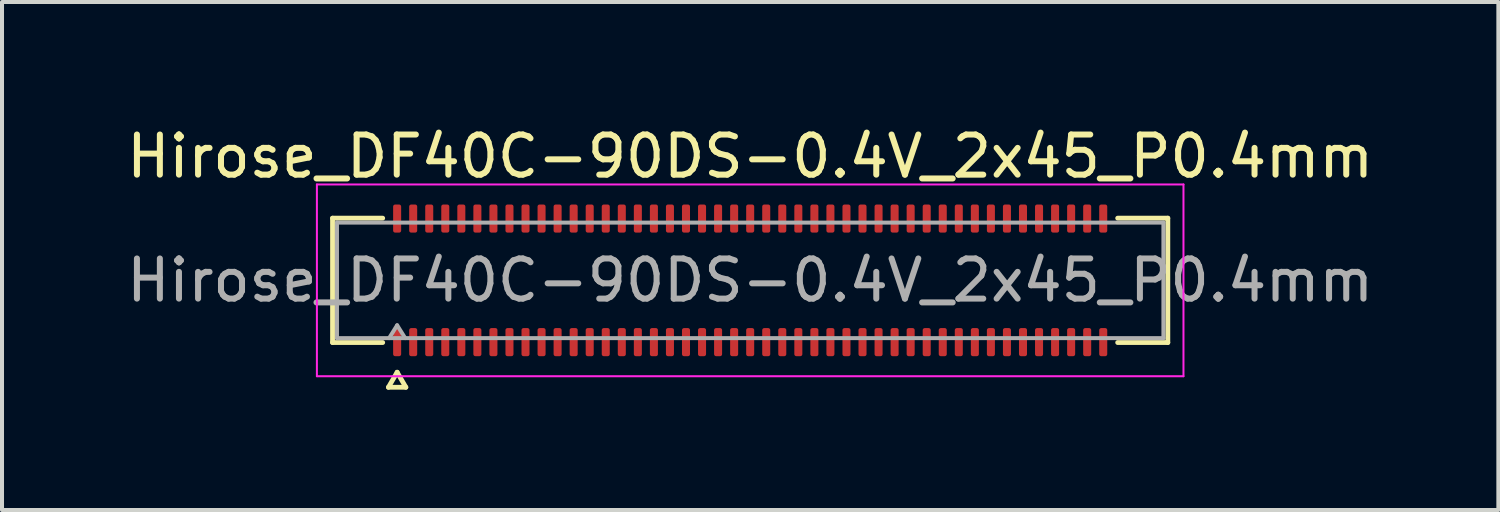
<source format=kicad_pcb>
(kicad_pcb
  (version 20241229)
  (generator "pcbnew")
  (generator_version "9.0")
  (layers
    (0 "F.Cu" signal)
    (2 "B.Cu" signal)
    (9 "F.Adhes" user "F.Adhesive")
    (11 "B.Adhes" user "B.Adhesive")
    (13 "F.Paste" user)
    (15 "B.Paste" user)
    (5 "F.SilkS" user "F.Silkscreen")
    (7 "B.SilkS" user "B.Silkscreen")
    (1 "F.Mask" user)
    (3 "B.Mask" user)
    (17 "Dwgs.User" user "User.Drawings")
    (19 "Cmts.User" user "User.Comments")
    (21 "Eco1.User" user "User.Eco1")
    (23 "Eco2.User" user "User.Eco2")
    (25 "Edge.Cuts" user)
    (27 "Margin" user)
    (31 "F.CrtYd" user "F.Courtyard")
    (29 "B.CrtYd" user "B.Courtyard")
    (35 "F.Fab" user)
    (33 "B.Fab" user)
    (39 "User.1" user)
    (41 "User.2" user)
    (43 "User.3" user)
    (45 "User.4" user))
  (footprint "Hirose_DF40C-90DS-0.4V_2x45_P0.4mm"
    (layer "F.Cu")
    (at 15.649 3.938)
    (property "Reference" "Hirose_DF40C-90DS-0.4V_2x45_P0.4mm" (at 0 -3.09 0) (layer "F.SilkS") (effects (font (size 1 1) (thickness 0.15))))
    (attr smd)
    (fp_line (start -10.41 -1.55) (end -9.16 -1.55) (stroke (width 0.12) (type solid)) (layer "F.SilkS"))
    (fp_line (start -10.41 1.55) (end -10.41 -1.55) (stroke (width 0.12) (type solid)) (layer "F.SilkS"))
    (fp_line (start -9.16 1.55) (end -10.41 1.55) (stroke (width 0.12) (type solid)) (layer "F.SilkS"))
    (fp_line (start -9.017 2.665) (end -8.8 2.29) (stroke (width 0.12) (type solid)) (layer "F.SilkS"))
    (fp_line (start -8.8 2.29) (end -8.583 2.665) (stroke (width 0.12) (type solid)) (layer "F.SilkS"))
    (fp_line (start -8.583 2.665) (end -9.017 2.665) (stroke (width 0.12) (type solid)) (layer "F.SilkS"))
    (fp_line (start 9.16 -1.55) (end 10.41 -1.55) (stroke (width 0.12) (type solid)) (layer "F.SilkS"))
    (fp_line (start 10.41 -1.55) (end 10.41 1.55) (stroke (width 0.12) (type solid)) (layer "F.SilkS"))
    (fp_line (start 10.41 1.55) (end 9.16 1.55) (stroke (width 0.12) (type solid)) (layer "F.SilkS"))
    (fp_line (start -10.8 -2.39) (end -10.8 2.39) (stroke (width 0.05) (type solid)) (layer "F.CrtYd"))
    (fp_line (start -10.8 2.39) (end 10.8 2.39) (stroke (width 0.05) (type solid)) (layer "F.CrtYd"))
    (fp_line (start 10.8 -2.39) (end -10.8 -2.39) (stroke (width 0.05) (type solid)) (layer "F.CrtYd"))
    (fp_line (start 10.8 2.39) (end 10.8 -2.39) (stroke (width 0.05) (type solid)) (layer "F.CrtYd"))
    (fp_line (start -10.3 -1.44) (end 10.3 -1.44) (stroke (width 0.1) (type solid)) (layer "F.Fab"))
    (fp_line (start -10.3 1.44) (end -10.3 -1.44) (stroke (width 0.1) (type solid)) (layer "F.Fab"))
    (fp_line (start -9 1.44) (end -8.8 1.12) (stroke (width 0.1) (type solid)) (layer "F.Fab"))
    (fp_line (start -8.8 1.12) (end -8.6 1.44) (stroke (width 0.1) (type solid)) (layer "F.Fab"))
    (fp_line (start 10.3 -1.44) (end 10.3 1.44) (stroke (width 0.1) (type solid)) (layer "F.Fab"))
    (fp_line (start 10.3 1.44) (end -10.3 1.44) (stroke (width 0.1) (type solid)) (layer "F.Fab"))
    (fp_text user "${REFERENCE}" (at 0 0 0) (layer "F.Fab") (effects (font (size 1 1) (thickness 0.15))))
    (pad "1" smd roundrect (at -8.8 1.54) (size 0.2 0.7) (layers "F.Cu" "F.Mask" "F.Paste") (roundrect_rratio 0.25))
    (pad "2" smd roundrect (at -8.8 -1.54) (size 0.2 0.7) (layers "F.Cu" "F.Mask" "F.Paste") (roundrect_rratio 0.25))
    (pad "3" smd roundrect (at -8.4 1.54) (size 0.2 0.7) (layers "F.Cu" "F.Mask" "F.Paste") (roundrect_rratio 0.25))
    (pad "4" smd roundrect (at -8.4 -1.54) (size 0.2 0.7) (layers "F.Cu" "F.Mask" "F.Paste") (roundrect_rratio 0.25))
    (pad "5" smd roundrect (at -8 1.54) (size 0.2 0.7) (layers "F.Cu" "F.Mask" "F.Paste") (roundrect_rratio 0.25))
    (pad "6" smd roundrect (at -8 -1.54) (size 0.2 0.7) (layers "F.Cu" "F.Mask" "F.Paste") (roundrect_rratio 0.25))
    (pad "7" smd roundrect (at -7.6 1.54) (size 0.2 0.7) (layers "F.Cu" "F.Mask" "F.Paste") (roundrect_rratio 0.25))
    (pad "8" smd roundrect (at -7.6 -1.54) (size 0.2 0.7) (layers "F.Cu" "F.Mask" "F.Paste") (roundrect_rratio 0.25))
    (pad "9" smd roundrect (at -7.2 1.54) (size 0.2 0.7) (layers "F.Cu" "F.Mask" "F.Paste") (roundrect_rratio 0.25))
    (pad "10" smd roundrect (at -7.2 -1.54) (size 0.2 0.7) (layers "F.Cu" "F.Mask" "F.Paste") (roundrect_rratio 0.25))
    (pad "11" smd roundrect (at -6.8 1.54) (size 0.2 0.7) (layers "F.Cu" "F.Mask" "F.Paste") (roundrect_rratio 0.25))
    (pad "12" smd roundrect (at -6.8 -1.54) (size 0.2 0.7) (layers "F.Cu" "F.Mask" "F.Paste") (roundrect_rratio 0.25))
    (pad "13" smd roundrect (at -6.4 1.54) (size 0.2 0.7) (layers "F.Cu" "F.Mask" "F.Paste") (roundrect_rratio 0.25))
    (pad "14" smd roundrect (at -6.4 -1.54) (size 0.2 0.7) (layers "F.Cu" "F.Mask" "F.Paste") (roundrect_rratio 0.25))
    (pad "15" smd roundrect (at -6 1.54) (size 0.2 0.7) (layers "F.Cu" "F.Mask" "F.Paste") (roundrect_rratio 0.25))
    (pad "16" smd roundrect (at -6 -1.54) (size 0.2 0.7) (layers "F.Cu" "F.Mask" "F.Paste") (roundrect_rratio 0.25))
    (pad "17" smd roundrect (at -5.6 1.54) (size 0.2 0.7) (layers "F.Cu" "F.Mask" "F.Paste") (roundrect_rratio 0.25))
    (pad "18" smd roundrect (at -5.6 -1.54) (size 0.2 0.7) (layers "F.Cu" "F.Mask" "F.Paste") (roundrect_rratio 0.25))
    (pad "19" smd roundrect (at -5.2 1.54) (size 0.2 0.7) (layers "F.Cu" "F.Mask" "F.Paste") (roundrect_rratio 0.25))
    (pad "20" smd roundrect (at -5.2 -1.54) (size 0.2 0.7) (layers "F.Cu" "F.Mask" "F.Paste") (roundrect_rratio 0.25))
    (pad "21" smd roundrect (at -4.8 1.54) (size 0.2 0.7) (layers "F.Cu" "F.Mask" "F.Paste") (roundrect_rratio 0.25))
    (pad "22" smd roundrect (at -4.8 -1.54) (size 0.2 0.7) (layers "F.Cu" "F.Mask" "F.Paste") (roundrect_rratio 0.25))
    (pad "23" smd roundrect (at -4.4 1.54) (size 0.2 0.7) (layers "F.Cu" "F.Mask" "F.Paste") (roundrect_rratio 0.25))
    (pad "24" smd roundrect (at -4.4 -1.54) (size 0.2 0.7) (layers "F.Cu" "F.Mask" "F.Paste") (roundrect_rratio 0.25))
    (pad "25" smd roundrect (at -4 1.54) (size 0.2 0.7) (layers "F.Cu" "F.Mask" "F.Paste") (roundrect_rratio 0.25))
    (pad "26" smd roundrect (at -4 -1.54) (size 0.2 0.7) (layers "F.Cu" "F.Mask" "F.Paste") (roundrect_rratio 0.25))
    (pad "27" smd roundrect (at -3.6 1.54) (size 0.2 0.7) (layers "F.Cu" "F.Mask" "F.Paste") (roundrect_rratio 0.25))
    (pad "28" smd roundrect (at -3.6 -1.54) (size 0.2 0.7) (layers "F.Cu" "F.Mask" "F.Paste") (roundrect_rratio 0.25))
    (pad "29" smd roundrect (at -3.2 1.54) (size 0.2 0.7) (layers "F.Cu" "F.Mask" "F.Paste") (roundrect_rratio 0.25))
    (pad "30" smd roundrect (at -3.2 -1.54) (size 0.2 0.7) (layers "F.Cu" "F.Mask" "F.Paste") (roundrect_rratio 0.25))
    (pad "31" smd roundrect (at -2.8 1.54) (size 0.2 0.7) (layers "F.Cu" "F.Mask" "F.Paste") (roundrect_rratio 0.25))
    (pad "32" smd roundrect (at -2.8 -1.54) (size 0.2 0.7) (layers "F.Cu" "F.Mask" "F.Paste") (roundrect_rratio 0.25))
    (pad "33" smd roundrect (at -2.4 1.54) (size 0.2 0.7) (layers "F.Cu" "F.Mask" "F.Paste") (roundrect_rratio 0.25))
    (pad "34" smd roundrect (at -2.4 -1.54) (size 0.2 0.7) (layers "F.Cu" "F.Mask" "F.Paste") (roundrect_rratio 0.25))
    (pad "35" smd roundrect (at -2 1.54) (size 0.2 0.7) (layers "F.Cu" "F.Mask" "F.Paste") (roundrect_rratio 0.25))
    (pad "36" smd roundrect (at -2 -1.54) (size 0.2 0.7) (layers "F.Cu" "F.Mask" "F.Paste") (roundrect_rratio 0.25))
    (pad "37" smd roundrect (at -1.6 1.54) (size 0.2 0.7) (layers "F.Cu" "F.Mask" "F.Paste") (roundrect_rratio 0.25))
    (pad "38" smd roundrect (at -1.6 -1.54) (size 0.2 0.7) (layers "F.Cu" "F.Mask" "F.Paste") (roundrect_rratio 0.25))
    (pad "39" smd roundrect (at -1.2 1.54) (size 0.2 0.7) (layers "F.Cu" "F.Mask" "F.Paste") (roundrect_rratio 0.25))
    (pad "40" smd roundrect (at -1.2 -1.54) (size 0.2 0.7) (layers "F.Cu" "F.Mask" "F.Paste") (roundrect_rratio 0.25))
    (pad "41" smd roundrect (at -0.8 1.54) (size 0.2 0.7) (layers "F.Cu" "F.Mask" "F.Paste") (roundrect_rratio 0.25))
    (pad "42" smd roundrect (at -0.8 -1.54) (size 0.2 0.7) (layers "F.Cu" "F.Mask" "F.Paste") (roundrect_rratio 0.25))
    (pad "43" smd roundrect (at -0.4 1.54) (size 0.2 0.7) (layers "F.Cu" "F.Mask" "F.Paste") (roundrect_rratio 0.25))
    (pad "44" smd roundrect (at -0.4 -1.54) (size 0.2 0.7) (layers "F.Cu" "F.Mask" "F.Paste") (roundrect_rratio 0.25))
    (pad "45" smd roundrect (at 0 1.54) (size 0.2 0.7) (layers "F.Cu" "F.Mask" "F.Paste") (roundrect_rratio 0.25))
    (pad "46" smd roundrect (at 0 -1.54) (size 0.2 0.7) (layers "F.Cu" "F.Mask" "F.Paste") (roundrect_rratio 0.25))
    (pad "47" smd roundrect (at 0.4 1.54) (size 0.2 0.7) (layers "F.Cu" "F.Mask" "F.Paste") (roundrect_rratio 0.25))
    (pad "48" smd roundrect (at 0.4 -1.54) (size 0.2 0.7) (layers "F.Cu" "F.Mask" "F.Paste") (roundrect_rratio 0.25))
    (pad "49" smd roundrect (at 0.8 1.54) (size 0.2 0.7) (layers "F.Cu" "F.Mask" "F.Paste") (roundrect_rratio 0.25))
    (pad "50" smd roundrect (at 0.8 -1.54) (size 0.2 0.7) (layers "F.Cu" "F.Mask" "F.Paste") (roundrect_rratio 0.25))
    (pad "51" smd roundrect (at 1.2 1.54) (size 0.2 0.7) (layers "F.Cu" "F.Mask" "F.Paste") (roundrect_rratio 0.25))
    (pad "52" smd roundrect (at 1.2 -1.54) (size 0.2 0.7) (layers "F.Cu" "F.Mask" "F.Paste") (roundrect_rratio 0.25))
    (pad "53" smd roundrect (at 1.6 1.54) (size 0.2 0.7) (layers "F.Cu" "F.Mask" "F.Paste") (roundrect_rratio 0.25))
    (pad "54" smd roundrect (at 1.6 -1.54) (size 0.2 0.7) (layers "F.Cu" "F.Mask" "F.Paste") (roundrect_rratio 0.25))
    (pad "55" smd roundrect (at 2 1.54) (size 0.2 0.7) (layers "F.Cu" "F.Mask" "F.Paste") (roundrect_rratio 0.25))
    (pad "56" smd roundrect (at 2 -1.54) (size 0.2 0.7) (layers "F.Cu" "F.Mask" "F.Paste") (roundrect_rratio 0.25))
    (pad "57" smd roundrect (at 2.4 1.54) (size 0.2 0.7) (layers "F.Cu" "F.Mask" "F.Paste") (roundrect_rratio 0.25))
    (pad "58" smd roundrect (at 2.4 -1.54) (size 0.2 0.7) (layers "F.Cu" "F.Mask" "F.Paste") (roundrect_rratio 0.25))
    (pad "59" smd roundrect (at 2.8 1.54) (size 0.2 0.7) (layers "F.Cu" "F.Mask" "F.Paste") (roundrect_rratio 0.25))
    (pad "60" smd roundrect (at 2.8 -1.54) (size 0.2 0.7) (layers "F.Cu" "F.Mask" "F.Paste") (roundrect_rratio 0.25))
    (pad "61" smd roundrect (at 3.2 1.54) (size 0.2 0.7) (layers "F.Cu" "F.Mask" "F.Paste") (roundrect_rratio 0.25))
    (pad "62" smd roundrect (at 3.2 -1.54) (size 0.2 0.7) (layers "F.Cu" "F.Mask" "F.Paste") (roundrect_rratio 0.25))
    (pad "63" smd roundrect (at 3.6 1.54) (size 0.2 0.7) (layers "F.Cu" "F.Mask" "F.Paste") (roundrect_rratio 0.25))
    (pad "64" smd roundrect (at 3.6 -1.54) (size 0.2 0.7) (layers "F.Cu" "F.Mask" "F.Paste") (roundrect_rratio 0.25))
    (pad "65" smd roundrect (at 4 1.54) (size 0.2 0.7) (layers "F.Cu" "F.Mask" "F.Paste") (roundrect_rratio 0.25))
    (pad "66" smd roundrect (at 4 -1.54) (size 0.2 0.7) (layers "F.Cu" "F.Mask" "F.Paste") (roundrect_rratio 0.25))
    (pad "67" smd roundrect (at 4.4 1.54) (size 0.2 0.7) (layers "F.Cu" "F.Mask" "F.Paste") (roundrect_rratio 0.25))
    (pad "68" smd roundrect (at 4.4 -1.54) (size 0.2 0.7) (layers "F.Cu" "F.Mask" "F.Paste") (roundrect_rratio 0.25))
    (pad "69" smd roundrect (at 4.8 1.54) (size 0.2 0.7) (layers "F.Cu" "F.Mask" "F.Paste") (roundrect_rratio 0.25))
    (pad "70" smd roundrect (at 4.8 -1.54) (size 0.2 0.7) (layers "F.Cu" "F.Mask" "F.Paste") (roundrect_rratio 0.25))
    (pad "71" smd roundrect (at 5.2 1.54) (size 0.2 0.7) (layers "F.Cu" "F.Mask" "F.Paste") (roundrect_rratio 0.25))
    (pad "72" smd roundrect (at 5.2 -1.54) (size 0.2 0.7) (layers "F.Cu" "F.Mask" "F.Paste") (roundrect_rratio 0.25))
    (pad "73" smd roundrect (at 5.6 1.54) (size 0.2 0.7) (layers "F.Cu" "F.Mask" "F.Paste") (roundrect_rratio 0.25))
    (pad "74" smd roundrect (at 5.6 -1.54) (size 0.2 0.7) (layers "F.Cu" "F.Mask" "F.Paste") (roundrect_rratio 0.25))
    (pad "75" smd roundrect (at 6 1.54) (size 0.2 0.7) (layers "F.Cu" "F.Mask" "F.Paste") (roundrect_rratio 0.25))
    (pad "76" smd roundrect (at 6 -1.54) (size 0.2 0.7) (layers "F.Cu" "F.Mask" "F.Paste") (roundrect_rratio 0.25))
    (pad "77" smd roundrect (at 6.4 1.54) (size 0.2 0.7) (layers "F.Cu" "F.Mask" "F.Paste") (roundrect_rratio 0.25))
    (pad "78" smd roundrect (at 6.4 -1.54) (size 0.2 0.7) (layers "F.Cu" "F.Mask" "F.Paste") (roundrect_rratio 0.25))
    (pad "79" smd roundrect (at 6.8 1.54) (size 0.2 0.7) (layers "F.Cu" "F.Mask" "F.Paste") (roundrect_rratio 0.25))
    (pad "80" smd roundrect (at 6.8 -1.54) (size 0.2 0.7) (layers "F.Cu" "F.Mask" "F.Paste") (roundrect_rratio 0.25))
    (pad "81" smd roundrect (at 7.2 1.54) (size 0.2 0.7) (layers "F.Cu" "F.Mask" "F.Paste") (roundrect_rratio 0.25))
    (pad "82" smd roundrect (at 7.2 -1.54) (size 0.2 0.7) (layers "F.Cu" "F.Mask" "F.Paste") (roundrect_rratio 0.25))
    (pad "83" smd roundrect (at 7.6 1.54) (size 0.2 0.7) (layers "F.Cu" "F.Mask" "F.Paste") (roundrect_rratio 0.25))
    (pad "84" smd roundrect (at 7.6 -1.54) (size 0.2 0.7) (layers "F.Cu" "F.Mask" "F.Paste") (roundrect_rratio 0.25))
    (pad "85" smd roundrect (at 8 1.54) (size 0.2 0.7) (layers "F.Cu" "F.Mask" "F.Paste") (roundrect_rratio 0.25))
    (pad "86" smd roundrect (at 8 -1.54) (size 0.2 0.7) (layers "F.Cu" "F.Mask" "F.Paste") (roundrect_rratio 0.25))
    (pad "87" smd roundrect (at 8.4 1.54) (size 0.2 0.7) (layers "F.Cu" "F.Mask" "F.Paste") (roundrect_rratio 0.25))
    (pad "88" smd roundrect (at 8.4 -1.54) (size 0.2 0.7) (layers "F.Cu" "F.Mask" "F.Paste") (roundrect_rratio 0.25))
    (pad "89" smd roundrect (at 8.8 1.54) (size 0.2 0.7) (layers "F.Cu" "F.Mask" "F.Paste") (roundrect_rratio 0.25))
    (pad "90" smd roundrect (at 8.8 -1.54) (size 0.2 0.7) (layers "F.Cu" "F.Mask" "F.Paste") (roundrect_rratio 0.25)))
  (gr_rect
    (start -3 -3)
    (end 34.298 9.663)
    (stroke (width 0.1) (type default))
    (fill no)
    (layer "Edge.Cuts")))
</source>
